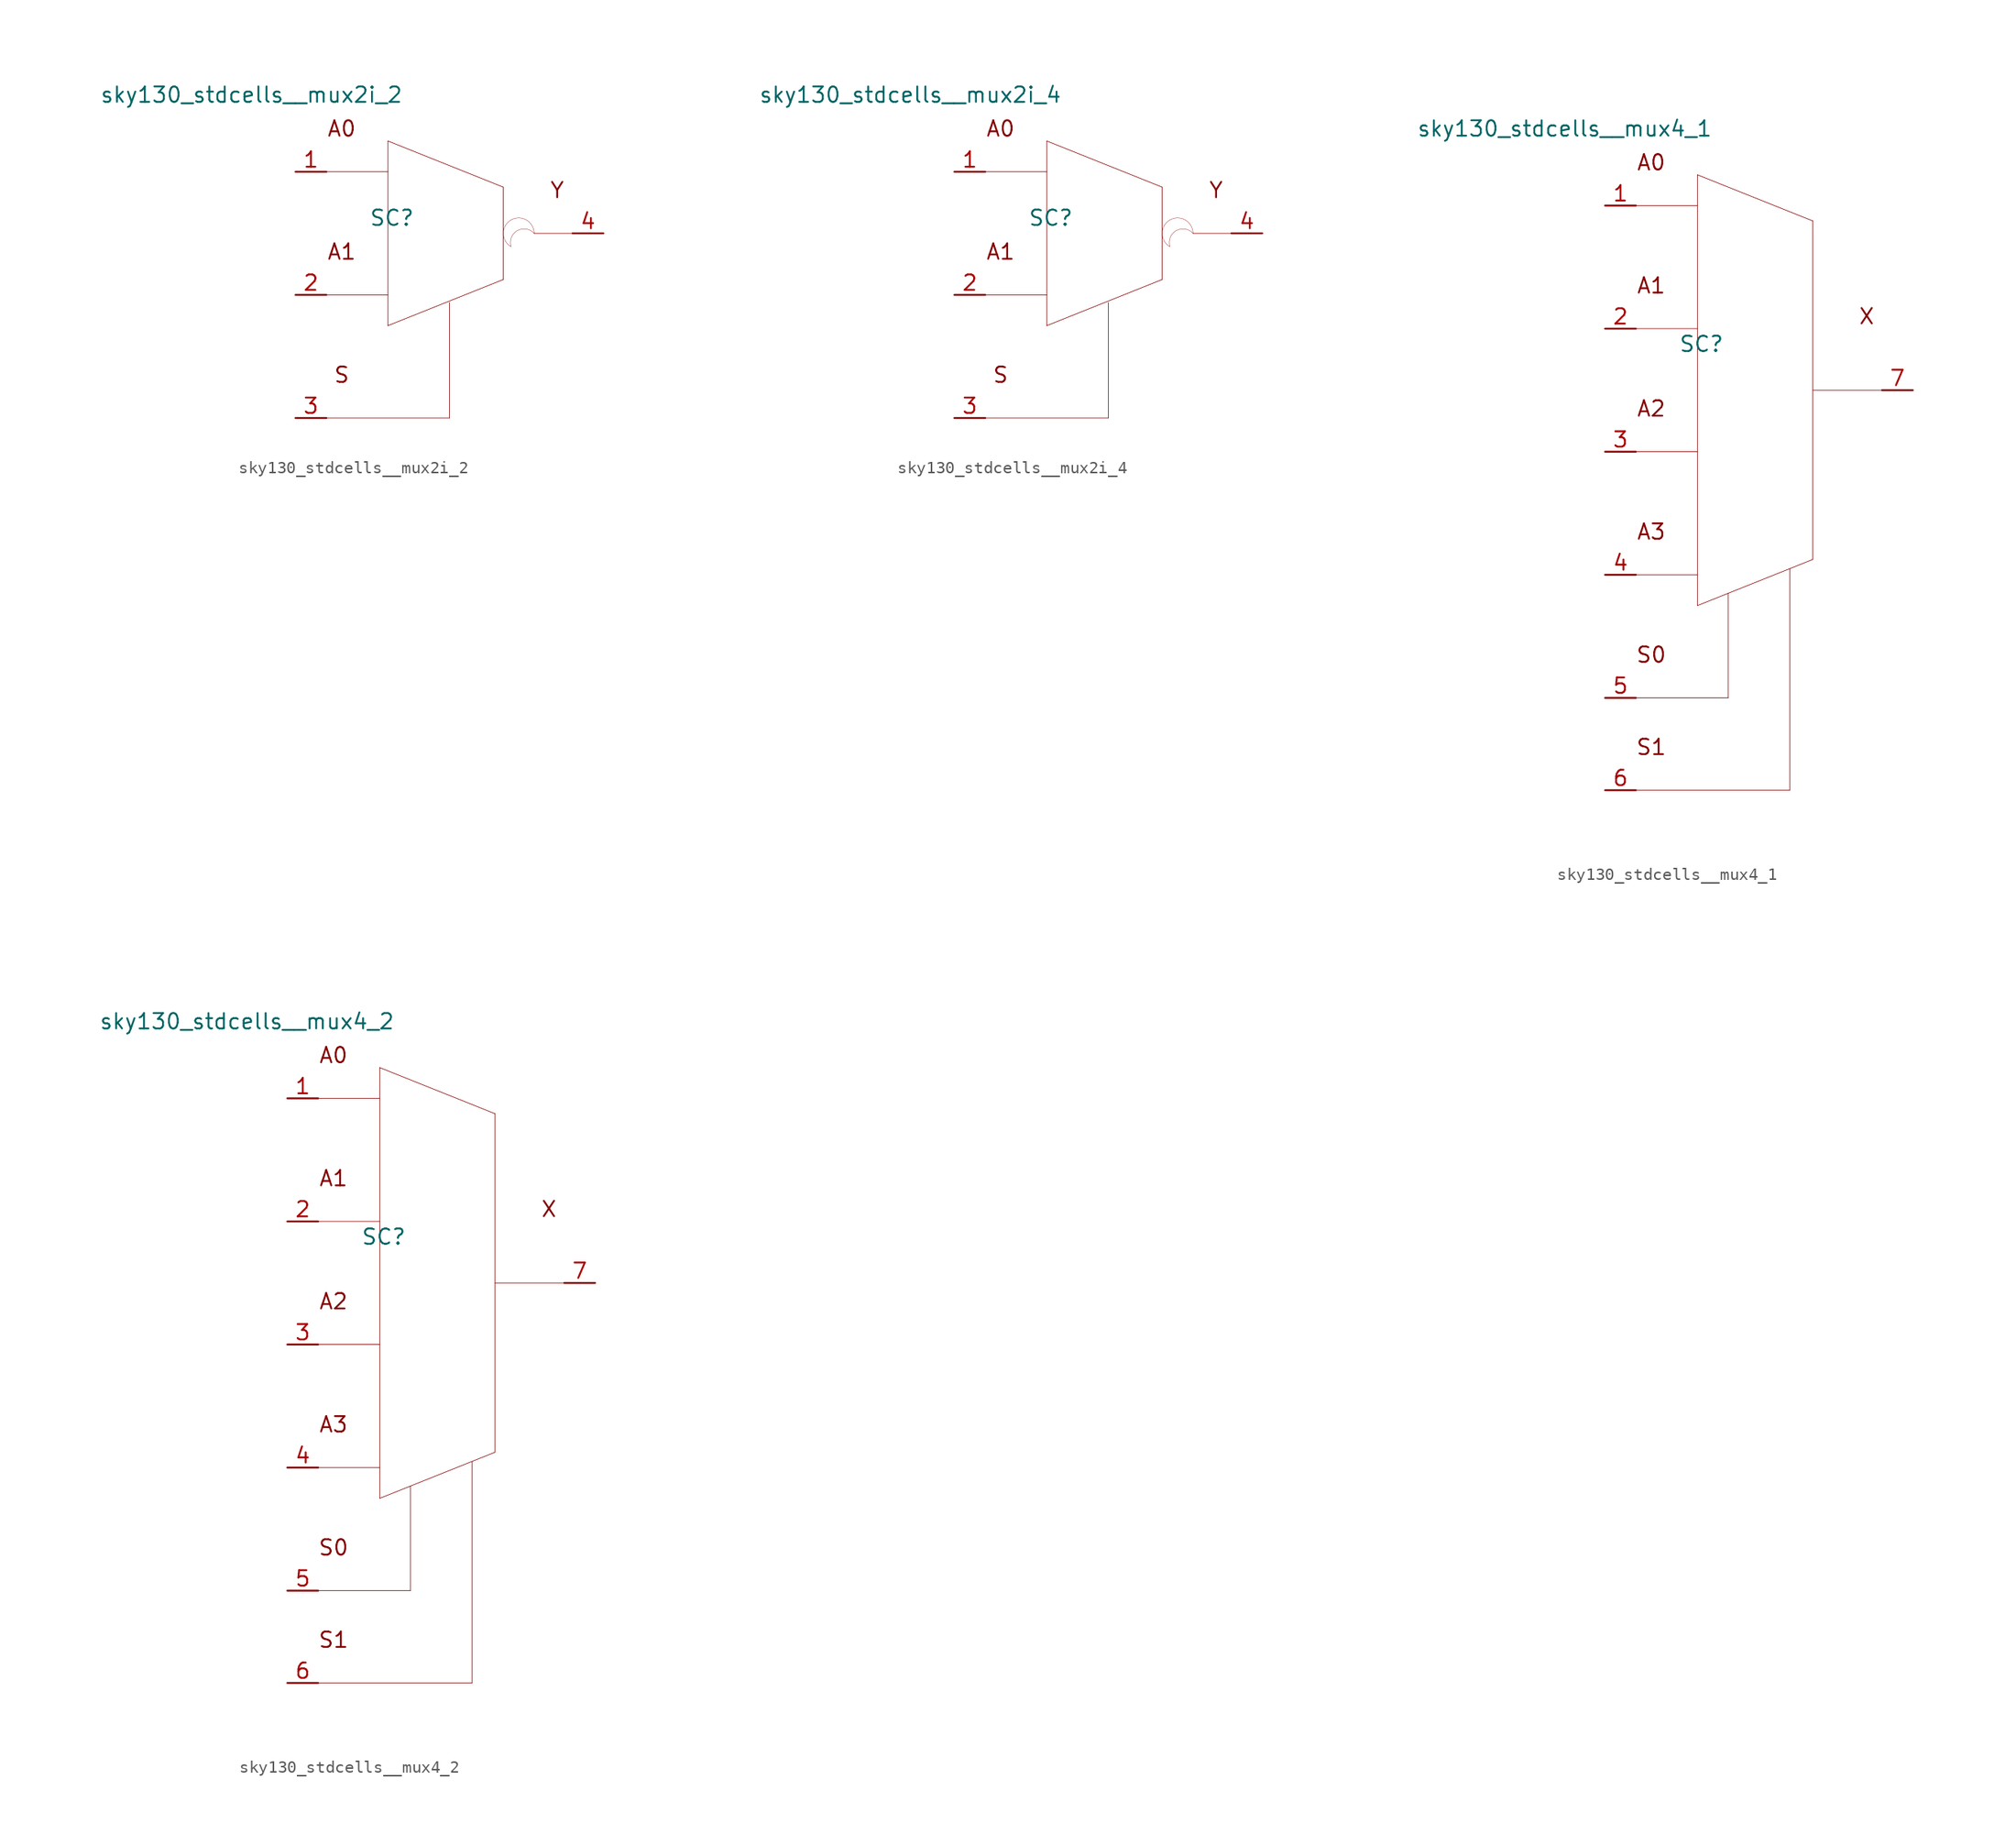
<source format=kicad_sym>
(kicad_symbol_lib
  (version 20211014)
  (generator kicad_symbol_editor)
  (symbol "sky130_stdcells__mux2i_2"
    (pin_names hide)
    (property "Reference" "SC"
      (at -4.75 1.27 0)
      (effects (font (size 1.27 1.27))))
    (property "Value" "sky130_stdcells__mux2i_2"
      (at -3.81 11.43 0)
      (effects (font (size 1.27 1.27)) (justify right)))
    (symbol "sky130_stdcells__mux2i_2_0_0"
      (polyline (pts (xy -10.16 -15.24) (xy 0 -15.24)) (stroke (width 0.051) (type default) (color 0 0 0 0)) (fill (type none)))
      (polyline (pts (xy -10.16 -5.08) (xy -5.08 -5.08)) (stroke (width 0.051) (type default) (color 0 0 0 0)) (fill (type none)))
      (polyline (pts (xy -10.16 5.08) (xy -5.08 5.08)) (stroke (width 0.051) (type default) (color 0 0 0 0)) (fill (type none)))
      (polyline (pts (xy -5.08 -7.62) (xy 4.445 -3.81)) (stroke (width 0.051) (type default) (color 0 0 0 0)) (fill (type none)))
      (polyline (pts (xy -5.08 7.62) (xy -5.08 -7.62)) (stroke (width 0.051) (type default) (color 0 0 0 0)) (fill (type none)))
      (polyline (pts (xy -5.08 7.62) (xy 4.445 3.81)) (stroke (width 0.051) (type default) (color 0 0 0 0)) (fill (type none)))
      (polyline (pts (xy 0 -5.715) (xy 0 -15.24)) (stroke (width 0.051) (type default) (color 0 0 0 0)) (fill (type none)))
      (polyline (pts (xy 4.445 3.81) (xy 4.445 -3.81)) (stroke (width 0.051) (type default) (color 0 0 0 0)) (fill (type none)))
      (polyline (pts (xy 6.985 0) (xy 10.16 0)) (stroke (width 0.051) (type default) (color 0 0 0 0)) (fill (type none)))
      (arc (start 5.08 1.0999) (mid 4.445 0) (end 5.08 -1.0999) (stroke (width 0.0254) (type default) (color 0 0 0 0)) (fill (type none)))
      (arc (start 6.985 0) (mid 5.1281 0.4743) (end 5.08 -1.0999) (stroke (width 0.0254) (type default) (color 0 0 0 0)) (fill (type none)))
      (arc (start 6.985 0) (mid 6.35 1.0998) (end 5.08 1.0999) (stroke (width 0.0254) (type default) (color 0 0 0 0)) (fill (type none)))
      (text "A0" (at -8.89 8.636 0) (effects (font (size 1.27 1.27))))
      (text "A1" (at -8.89 -1.524 0) (effects (font (size 1.27 1.27))))
      (text "S" (at -8.89 -11.684 0) (effects (font (size 1.27 1.27))))
      (text "Y" (at 8.89 3.556 0) (effects (font (size 1.27 1.27)))))
    (symbol "sky130_stdcells__mux2i_2_1_1"
      (pin input line (at -12.7 5.08 0) (length 2.54) (name "A0" (effects (font (size 1.092 1.092)))) (number "1" (effects (font (size 1.27 1.27)))))
      (pin input line (at -12.7 -5.08 0) (length 2.54) (name "A1" (effects (font (size 1.092 1.092)))) (number "2" (effects (font (size 1.27 1.27)))))
      (pin input line (at -12.7 -15.24 0) (length 2.54) (name "S" (effects (font (size 1.092 1.092)))) (number "3" (effects (font (size 1.27 1.27)))))
      (pin output line (at 12.7 0 180) (length 2.54) (name "Y" (effects (font (size 1.092 1.092)))) (number "4" (effects (font (size 1.27 1.27)))))))
  (symbol "sky130_stdcells__mux2i_4"
    (pin_names hide)
    (property "Reference" "SC"
      (at -4.75 1.27 0)
      (effects (font (size 1.27 1.27))))
    (property "Value" "sky130_stdcells__mux2i_4"
      (at -3.81 11.43 0)
      (effects (font (size 1.27 1.27)) (justify right)))
    (symbol "sky130_stdcells__mux2i_4_0_0"
      (polyline (pts (xy -10.16 -15.24) (xy 0 -15.24)) (stroke (width 0.051) (type default) (color 0 0 0 0)) (fill (type none)))
      (polyline (pts (xy -10.16 -5.08) (xy -5.08 -5.08)) (stroke (width 0.051) (type default) (color 0 0 0 0)) (fill (type none)))
      (polyline (pts (xy -10.16 5.08) (xy -5.08 5.08)) (stroke (width 0.051) (type default) (color 0 0 0 0)) (fill (type none)))
      (polyline (pts (xy -5.08 -7.62) (xy 4.445 -3.81)) (stroke (width 0.051) (type default) (color 0 0 0 0)) (fill (type none)))
      (polyline (pts (xy -5.08 7.62) (xy -5.08 -7.62)) (stroke (width 0.051) (type default) (color 0 0 0 0)) (fill (type none)))
      (polyline (pts (xy -5.08 7.62) (xy 4.445 3.81)) (stroke (width 0.051) (type default) (color 0 0 0 0)) (fill (type none)))
      (polyline (pts (xy 0 -5.715) (xy 0 -15.24)) (stroke (width 0.051) (type default) (color 0 0 0 0)) (fill (type none)))
      (polyline (pts (xy 4.445 3.81) (xy 4.445 -3.81)) (stroke (width 0.051) (type default) (color 0 0 0 0)) (fill (type none)))
      (polyline (pts (xy 6.985 0) (xy 10.16 0)) (stroke (width 0.051) (type default) (color 0 0 0 0)) (fill (type none)))
      (arc (start 5.08 1.0999) (mid 4.445 0) (end 5.08 -1.0999) (stroke (width 0.0254) (type default) (color 0 0 0 0)) (fill (type none)))
      (arc (start 6.985 0) (mid 5.1281 0.4743) (end 5.08 -1.0999) (stroke (width 0.0254) (type default) (color 0 0 0 0)) (fill (type none)))
      (arc (start 6.985 0) (mid 6.35 1.0998) (end 5.08 1.0999) (stroke (width 0.0254) (type default) (color 0 0 0 0)) (fill (type none)))
      (text "A0" (at -8.89 8.636 0) (effects (font (size 1.27 1.27))))
      (text "A1" (at -8.89 -1.524 0) (effects (font (size 1.27 1.27))))
      (text "S" (at -8.89 -11.684 0) (effects (font (size 1.27 1.27))))
      (text "Y" (at 8.89 3.556 0) (effects (font (size 1.27 1.27)))))
    (symbol "sky130_stdcells__mux2i_4_1_1"
      (pin input line (at -12.7 5.08 0) (length 2.54) (name "A0" (effects (font (size 1.092 1.092)))) (number "1" (effects (font (size 1.27 1.27)))))
      (pin input line (at -12.7 -5.08 0) (length 2.54) (name "A1" (effects (font (size 1.092 1.092)))) (number "2" (effects (font (size 1.27 1.27)))))
      (pin input line (at -12.7 -15.24 0) (length 2.54) (name "S" (effects (font (size 1.092 1.092)))) (number "3" (effects (font (size 1.27 1.27)))))
      (pin output line (at 12.7 0 180) (length 2.54) (name "Y" (effects (font (size 1.092 1.092)))) (number "4" (effects (font (size 1.27 1.27)))))))
  (symbol "sky130_stdcells__mux4_1"
    (pin_names hide)
    (property "Reference" "SC"
      (at -4.75 3.81 0)
      (effects (font (size 1.27 1.27))))
    (property "Value" "sky130_stdcells__mux4_1"
      (at -3.81 21.59 0)
      (effects (font (size 1.27 1.27)) (justify right)))
    (symbol "sky130_stdcells__mux4_1_0_0"
      (polyline (pts (xy -10.16 -33.02) (xy 2.54 -33.02)) (stroke (width 0.051) (type default) (color 0 0 0 0)) (fill (type none)))
      (polyline (pts (xy -10.16 -25.4) (xy -2.54 -25.4)) (stroke (width 0.051) (type default) (color 0 0 0 0)) (fill (type none)))
      (polyline (pts (xy -10.16 -15.24) (xy -5.08 -15.24)) (stroke (width 0.051) (type default) (color 0 0 0 0)) (fill (type none)))
      (polyline (pts (xy -10.16 -5.08) (xy -5.08 -5.08)) (stroke (width 0.051) (type default) (color 0 0 0 0)) (fill (type none)))
      (polyline (pts (xy -10.16 5.08) (xy -5.08 5.08)) (stroke (width 0.051) (type default) (color 0 0 0 0)) (fill (type none)))
      (polyline (pts (xy -10.16 15.24) (xy -5.08 15.24)) (stroke (width 0.051) (type default) (color 0 0 0 0)) (fill (type none)))
      (polyline (pts (xy -5.08 -17.78) (xy 4.445 -13.97)) (stroke (width 0.051) (type default) (color 0 0 0 0)) (fill (type none)))
      (polyline (pts (xy -5.08 17.78) (xy -5.08 -17.78)) (stroke (width 0.051) (type default) (color 0 0 0 0)) (fill (type none)))
      (polyline (pts (xy -5.08 17.78) (xy 4.445 13.97)) (stroke (width 0.051) (type default) (color 0 0 0 0)) (fill (type none)))
      (polyline (pts (xy -2.54 -16.764) (xy -2.54 -25.4)) (stroke (width 0.051) (type default) (color 0 0 0 0)) (fill (type none)))
      (polyline (pts (xy 2.54 -14.757) (xy 2.54 -33.02)) (stroke (width 0.051) (type default) (color 0 0 0 0)) (fill (type none)))
      (polyline (pts (xy 4.445 0) (xy 10.16 0)) (stroke (width 0.051) (type default) (color 0 0 0 0)) (fill (type none)))
      (polyline (pts (xy 4.445 13.97) (xy 4.445 -13.97)) (stroke (width 0.051) (type default) (color 0 0 0 0)) (fill (type none)))
      (text "A0" (at -8.89 18.796 0) (effects (font (size 1.27 1.27))))
      (text "A1" (at -8.89 8.636 0) (effects (font (size 1.27 1.27))))
      (text "A2" (at -8.89 -1.524 0) (effects (font (size 1.27 1.27))))
      (text "A3" (at -8.89 -11.684 0) (effects (font (size 1.27 1.27))))
      (text "S0" (at -8.89 -21.844 0) (effects (font (size 1.27 1.27))))
      (text "S1" (at -8.89 -29.464 0) (effects (font (size 1.27 1.27))))
      (text "X" (at 8.89 6.096 0) (effects (font (size 1.27 1.27)))))
    (symbol "sky130_stdcells__mux4_1_1_1"
      (pin input line (at -12.7 15.24 0) (length 2.54) (name "A0" (effects (font (size 1.092 1.092)))) (number "1" (effects (font (size 1.27 1.27)))))
      (pin input line (at -12.7 5.08 0) (length 2.54) (name "A1" (effects (font (size 1.092 1.092)))) (number "2" (effects (font (size 1.27 1.27)))))
      (pin input line (at -12.7 -5.08 0) (length 2.54) (name "A2" (effects (font (size 1.092 1.092)))) (number "3" (effects (font (size 1.27 1.27)))))
      (pin input line (at -12.7 -15.24 0) (length 2.54) (name "A3" (effects (font (size 1.092 1.092)))) (number "4" (effects (font (size 1.27 1.27)))))
      (pin input line (at -12.7 -25.4 0) (length 2.54) (name "S0" (effects (font (size 1.092 1.092)))) (number "5" (effects (font (size 1.27 1.27)))))
      (pin input line (at -12.7 -33.02 0) (length 2.54) (name "S1" (effects (font (size 1.092 1.092)))) (number "6" (effects (font (size 1.27 1.27)))))
      (pin output line (at 12.7 0 180) (length 2.54) (name "X" (effects (font (size 1.092 1.092)))) (number "7" (effects (font (size 1.27 1.27)))))))
  (symbol "sky130_stdcells__mux4_2"
    (pin_names hide)
    (property "Reference" "SC"
      (at -4.75 3.81 0)
      (effects (font (size 1.27 1.27))))
    (property "Value" "sky130_stdcells__mux4_2"
      (at -3.81 21.59 0)
      (effects (font (size 1.27 1.27)) (justify right)))
    (symbol "sky130_stdcells__mux4_2_0_0"
      (polyline (pts (xy -10.16 -33.02) (xy 2.54 -33.02)) (stroke (width 0.051) (type default) (color 0 0 0 0)) (fill (type none)))
      (polyline (pts (xy -10.16 -25.4) (xy -2.54 -25.4)) (stroke (width 0.051) (type default) (color 0 0 0 0)) (fill (type none)))
      (polyline (pts (xy -10.16 -15.24) (xy -5.08 -15.24)) (stroke (width 0.051) (type default) (color 0 0 0 0)) (fill (type none)))
      (polyline (pts (xy -10.16 -5.08) (xy -5.08 -5.08)) (stroke (width 0.051) (type default) (color 0 0 0 0)) (fill (type none)))
      (polyline (pts (xy -10.16 5.08) (xy -5.08 5.08)) (stroke (width 0.051) (type default) (color 0 0 0 0)) (fill (type none)))
      (polyline (pts (xy -10.16 15.24) (xy -5.08 15.24)) (stroke (width 0.051) (type default) (color 0 0 0 0)) (fill (type none)))
      (polyline (pts (xy -5.08 -17.78) (xy 4.445 -13.97)) (stroke (width 0.051) (type default) (color 0 0 0 0)) (fill (type none)))
      (polyline (pts (xy -5.08 17.78) (xy -5.08 -17.78)) (stroke (width 0.051) (type default) (color 0 0 0 0)) (fill (type none)))
      (polyline (pts (xy -5.08 17.78) (xy 4.445 13.97)) (stroke (width 0.051) (type default) (color 0 0 0 0)) (fill (type none)))
      (polyline (pts (xy -2.54 -16.764) (xy -2.54 -25.4)) (stroke (width 0.051) (type default) (color 0 0 0 0)) (fill (type none)))
      (polyline (pts (xy 2.54 -14.757) (xy 2.54 -33.02)) (stroke (width 0.051) (type default) (color 0 0 0 0)) (fill (type none)))
      (polyline (pts (xy 4.445 0) (xy 10.16 0)) (stroke (width 0.051) (type default) (color 0 0 0 0)) (fill (type none)))
      (polyline (pts (xy 4.445 13.97) (xy 4.445 -13.97)) (stroke (width 0.051) (type default) (color 0 0 0 0)) (fill (type none)))
      (text "A0" (at -8.89 18.796 0) (effects (font (size 1.27 1.27))))
      (text "A1" (at -8.89 8.636 0) (effects (font (size 1.27 1.27))))
      (text "A2" (at -8.89 -1.524 0) (effects (font (size 1.27 1.27))))
      (text "A3" (at -8.89 -11.684 0) (effects (font (size 1.27 1.27))))
      (text "S0" (at -8.89 -21.844 0) (effects (font (size 1.27 1.27))))
      (text "S1" (at -8.89 -29.464 0) (effects (font (size 1.27 1.27))))
      (text "X" (at 8.89 6.096 0) (effects (font (size 1.27 1.27)))))
    (symbol "sky130_stdcells__mux4_2_1_1"
      (pin input line (at -12.7 15.24 0) (length 2.54) (name "A0" (effects (font (size 1.092 1.092)))) (number "1" (effects (font (size 1.27 1.27)))))
      (pin input line (at -12.7 5.08 0) (length 2.54) (name "A1" (effects (font (size 1.092 1.092)))) (number "2" (effects (font (size 1.27 1.27)))))
      (pin input line (at -12.7 -5.08 0) (length 2.54) (name "A2" (effects (font (size 1.092 1.092)))) (number "3" (effects (font (size 1.27 1.27)))))
      (pin input line (at -12.7 -15.24 0) (length 2.54) (name "A3" (effects (font (size 1.092 1.092)))) (number "4" (effects (font (size 1.27 1.27)))))
      (pin input line (at -12.7 -25.4 0) (length 2.54) (name "S0" (effects (font (size 1.092 1.092)))) (number "5" (effects (font (size 1.27 1.27)))))
      (pin input line (at -12.7 -33.02 0) (length 2.54) (name "S1" (effects (font (size 1.092 1.092)))) (number "6" (effects (font (size 1.27 1.27)))))
      (pin output line (at 12.7 0 180) (length 2.54) (name "X" (effects (font (size 1.092 1.092)))) (number "7" (effects (font (size 1.27 1.27))))))))
</source>
